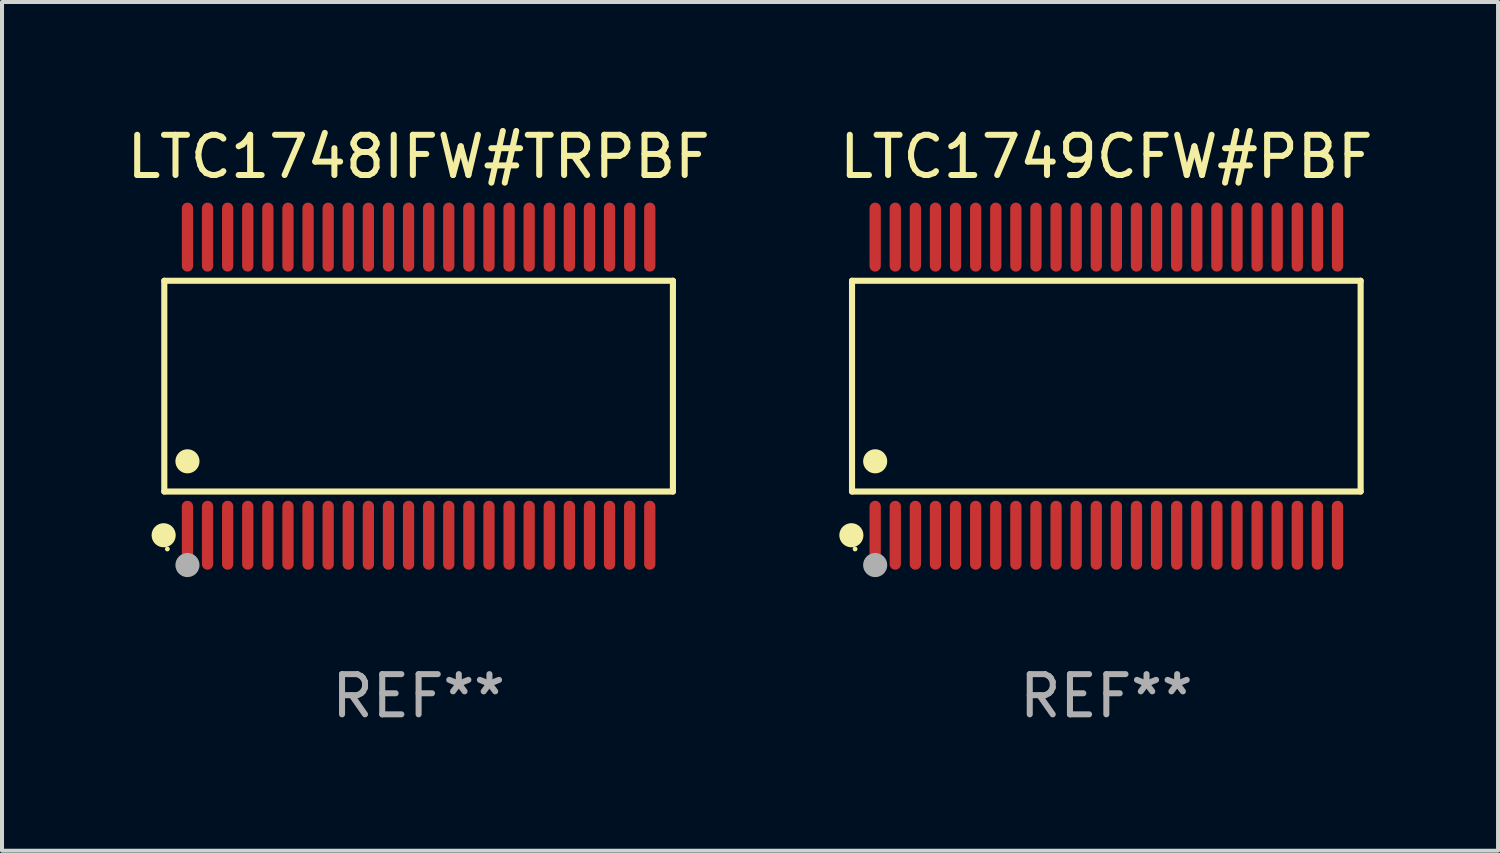
<source format=kicad_pcb>
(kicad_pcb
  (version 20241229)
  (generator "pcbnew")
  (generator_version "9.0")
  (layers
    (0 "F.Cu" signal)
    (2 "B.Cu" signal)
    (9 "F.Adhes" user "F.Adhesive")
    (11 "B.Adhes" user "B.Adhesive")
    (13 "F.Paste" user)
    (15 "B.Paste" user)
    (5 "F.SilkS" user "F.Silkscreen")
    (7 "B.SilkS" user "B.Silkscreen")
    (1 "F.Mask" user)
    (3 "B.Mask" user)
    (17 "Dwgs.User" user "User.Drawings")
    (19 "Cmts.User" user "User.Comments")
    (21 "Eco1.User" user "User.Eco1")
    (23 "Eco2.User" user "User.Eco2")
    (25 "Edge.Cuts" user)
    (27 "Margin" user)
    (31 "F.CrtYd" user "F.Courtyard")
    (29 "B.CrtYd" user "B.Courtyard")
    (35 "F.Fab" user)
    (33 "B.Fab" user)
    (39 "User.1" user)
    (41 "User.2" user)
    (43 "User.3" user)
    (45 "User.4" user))
  (footprint "LTC1748IFW#TRPBF"
    (layer "F.Cu")
    (at 7.363 6.556)
    (property "Reference" "LTC1748IFW#TRPBF" (at 0 -5.708 0) (layer "F.SilkS") (effects (font (size 1 1) (thickness 0.15))))
    (attr through_hole)
    (fp_line (start -6.326 -2.622) (end 6.326 -2.622) (stroke (width 0.152) (type solid)) (layer "F.SilkS"))
    (fp_line (start -6.326 2.621) (end -6.326 -2.622) (stroke (width 0.152) (type solid)) (layer "F.SilkS"))
    (fp_line (start 6.326 -2.622) (end 6.326 2.621) (stroke (width 0.152) (type solid)) (layer "F.SilkS"))
    (fp_line (start 6.326 2.621) (end -6.326 2.621) (stroke (width 0.152) (type solid)) (layer "F.SilkS"))
    (fp_circle (center -6.342 3.708) (end -6.192 3.708) (stroke (width 0.3) (type solid)) (fill no) (layer "F.SilkS"))
    (fp_circle (center -6.25 4.05) (end -6.22 4.05) (stroke (width 0.06) (type solid)) (fill no) (layer "F.SilkS"))
    (fp_circle (center -5.75 1.869) (end -5.6 1.869) (stroke (width 0.3) (type solid)) (fill no) (layer "F.SilkS"))
    (fp_circle (center -5.75 4.45) (end -5.6 4.45) (stroke (width 0.3) (type solid)) (fill no) (layer "F.Fab"))
    (fp_text user "REF**" (at 0 7.708 0) (layer "F.Fab") (effects (font (size 1 1) (thickness 0.15))))
    (pad "1" smd oval (at -5.75 3.708) (size 0.28 1.715) (layers "F.Cu" "F.Mask" "F.Paste"))
    (pad "2" smd oval (at -5.25 3.708) (size 0.28 1.715) (layers "F.Cu" "F.Mask" "F.Paste"))
    (pad "3" smd oval (at -4.75 3.708) (size 0.28 1.715) (layers "F.Cu" "F.Mask" "F.Paste"))
    (pad "4" smd oval (at -4.25 3.708) (size 0.28 1.715) (layers "F.Cu" "F.Mask" "F.Paste"))
    (pad "5" smd oval (at -3.75 3.708) (size 0.28 1.715) (layers "F.Cu" "F.Mask" "F.Paste"))
    (pad "6" smd oval (at -3.25 3.708) (size 0.28 1.715) (layers "F.Cu" "F.Mask" "F.Paste"))
    (pad "7" smd oval (at -2.75 3.708) (size 0.28 1.715) (layers "F.Cu" "F.Mask" "F.Paste"))
    (pad "8" smd oval (at -2.25 3.708) (size 0.28 1.715) (layers "F.Cu" "F.Mask" "F.Paste"))
    (pad "9" smd oval (at -1.75 3.708) (size 0.28 1.715) (layers "F.Cu" "F.Mask" "F.Paste"))
    (pad "10" smd oval (at -1.25 3.708) (size 0.28 1.715) (layers "F.Cu" "F.Mask" "F.Paste"))
    (pad "11" smd oval (at -0.75 3.708) (size 0.28 1.715) (layers "F.Cu" "F.Mask" "F.Paste"))
    (pad "12" smd oval (at -0.25 3.708) (size 0.28 1.715) (layers "F.Cu" "F.Mask" "F.Paste"))
    (pad "13" smd oval (at 0.25 3.708) (size 0.28 1.715) (layers "F.Cu" "F.Mask" "F.Paste"))
    (pad "14" smd oval (at 0.75 3.708) (size 0.28 1.715) (layers "F.Cu" "F.Mask" "F.Paste"))
    (pad "15" smd oval (at 1.25 3.708) (size 0.28 1.715) (layers "F.Cu" "F.Mask" "F.Paste"))
    (pad "16" smd oval (at 1.75 3.708) (size 0.28 1.715) (layers "F.Cu" "F.Mask" "F.Paste"))
    (pad "17" smd oval (at 2.25 3.708) (size 0.28 1.715) (layers "F.Cu" "F.Mask" "F.Paste"))
    (pad "18" smd oval (at 2.75 3.708) (size 0.28 1.715) (layers "F.Cu" "F.Mask" "F.Paste"))
    (pad "19" smd oval (at 3.25 3.708) (size 0.28 1.715) (layers "F.Cu" "F.Mask" "F.Paste"))
    (pad "20" smd oval (at 3.75 3.708) (size 0.28 1.715) (layers "F.Cu" "F.Mask" "F.Paste"))
    (pad "21" smd oval (at 4.25 3.708) (size 0.28 1.715) (layers "F.Cu" "F.Mask" "F.Paste"))
    (pad "22" smd oval (at 4.75 3.708) (size 0.28 1.715) (layers "F.Cu" "F.Mask" "F.Paste"))
    (pad "23" smd oval (at 5.25 3.708) (size 0.28 1.715) (layers "F.Cu" "F.Mask" "F.Paste"))
    (pad "24" smd oval (at 5.75 3.708) (size 0.28 1.715) (layers "F.Cu" "F.Mask" "F.Paste"))
    (pad "25" smd oval (at 5.75 -3.708) (size 0.28 1.715) (layers "F.Cu" "F.Mask" "F.Paste"))
    (pad "26" smd oval (at 5.25 -3.708) (size 0.28 1.715) (layers "F.Cu" "F.Mask" "F.Paste"))
    (pad "27" smd oval (at 4.75 -3.708) (size 0.28 1.715) (layers "F.Cu" "F.Mask" "F.Paste"))
    (pad "28" smd oval (at 4.25 -3.708) (size 0.28 1.715) (layers "F.Cu" "F.Mask" "F.Paste"))
    (pad "29" smd oval (at 3.75 -3.708) (size 0.28 1.715) (layers "F.Cu" "F.Mask" "F.Paste"))
    (pad "30" smd oval (at 3.25 -3.708) (size 0.28 1.715) (layers "F.Cu" "F.Mask" "F.Paste"))
    (pad "31" smd oval (at 2.75 -3.708) (size 0.28 1.715) (layers "F.Cu" "F.Mask" "F.Paste"))
    (pad "32" smd oval (at 2.25 -3.708) (size 0.28 1.715) (layers "F.Cu" "F.Mask" "F.Paste"))
    (pad "33" smd oval (at 1.75 -3.708) (size 0.28 1.715) (layers "F.Cu" "F.Mask" "F.Paste"))
    (pad "34" smd oval (at 1.25 -3.708) (size 0.28 1.715) (layers "F.Cu" "F.Mask" "F.Paste"))
    (pad "35" smd oval (at 0.75 -3.708) (size 0.28 1.715) (layers "F.Cu" "F.Mask" "F.Paste"))
    (pad "36" smd oval (at 0.25 -3.708) (size 0.28 1.715) (layers "F.Cu" "F.Mask" "F.Paste"))
    (pad "37" smd oval (at -0.25 -3.708) (size 0.28 1.715) (layers "F.Cu" "F.Mask" "F.Paste"))
    (pad "38" smd oval (at -0.75 -3.708) (size 0.28 1.715) (layers "F.Cu" "F.Mask" "F.Paste"))
    (pad "39" smd oval (at -1.25 -3.708) (size 0.28 1.715) (layers "F.Cu" "F.Mask" "F.Paste"))
    (pad "40" smd oval (at -1.75 -3.708) (size 0.28 1.715) (layers "F.Cu" "F.Mask" "F.Paste"))
    (pad "41" smd oval (at -2.25 -3.708) (size 0.28 1.715) (layers "F.Cu" "F.Mask" "F.Paste"))
    (pad "42" smd oval (at -2.75 -3.708) (size 0.28 1.715) (layers "F.Cu" "F.Mask" "F.Paste"))
    (pad "43" smd oval (at -3.25 -3.708) (size 0.28 1.715) (layers "F.Cu" "F.Mask" "F.Paste"))
    (pad "44" smd oval (at -3.75 -3.708) (size 0.28 1.715) (layers "F.Cu" "F.Mask" "F.Paste"))
    (pad "45" smd oval (at -4.25 -3.708) (size 0.28 1.715) (layers "F.Cu" "F.Mask" "F.Paste"))
    (pad "46" smd oval (at -4.75 -3.708) (size 0.28 1.715) (layers "F.Cu" "F.Mask" "F.Paste"))
    (pad "47" smd oval (at -5.25 -3.708) (size 0.28 1.715) (layers "F.Cu" "F.Mask" "F.Paste"))
    (pad "48" smd oval (at -5.75 -3.708) (size 0.28 1.715) (layers "F.Cu" "F.Mask" "F.Paste")))
  (footprint "LTC1749CFW#PBF"
    (layer "F.Cu")
    (at 24.47 6.556)
    (property "Reference" "LTC1749CFW#PBF" (at 0 -5.708 0) (layer "F.SilkS") (effects (font (size 1 1) (thickness 0.15))))
    (attr through_hole)
    (fp_line (start -6.326 -2.622) (end 6.326 -2.622) (stroke (width 0.152) (type solid)) (layer "F.SilkS"))
    (fp_line (start -6.326 2.621) (end -6.326 -2.622) (stroke (width 0.152) (type solid)) (layer "F.SilkS"))
    (fp_line (start 6.326 -2.622) (end 6.326 2.621) (stroke (width 0.152) (type solid)) (layer "F.SilkS"))
    (fp_line (start 6.326 2.621) (end -6.326 2.621) (stroke (width 0.152) (type solid)) (layer "F.SilkS"))
    (fp_circle (center -6.342 3.708) (end -6.192 3.708) (stroke (width 0.3) (type solid)) (fill no) (layer "F.SilkS"))
    (fp_circle (center -6.25 4.05) (end -6.22 4.05) (stroke (width 0.06) (type solid)) (fill no) (layer "F.SilkS"))
    (fp_circle (center -5.75 1.869) (end -5.6 1.869) (stroke (width 0.3) (type solid)) (fill no) (layer "F.SilkS"))
    (fp_circle (center -5.75 4.45) (end -5.6 4.45) (stroke (width 0.3) (type solid)) (fill no) (layer "F.Fab"))
    (fp_text user "REF**" (at 0 7.708 0) (layer "F.Fab") (effects (font (size 1 1) (thickness 0.15))))
    (pad "1" smd oval (at -5.75 3.708) (size 0.28 1.715) (layers "F.Cu" "F.Mask" "F.Paste"))
    (pad "2" smd oval (at -5.25 3.708) (size 0.28 1.715) (layers "F.Cu" "F.Mask" "F.Paste"))
    (pad "3" smd oval (at -4.75 3.708) (size 0.28 1.715) (layers "F.Cu" "F.Mask" "F.Paste"))
    (pad "4" smd oval (at -4.25 3.708) (size 0.28 1.715) (layers "F.Cu" "F.Mask" "F.Paste"))
    (pad "5" smd oval (at -3.75 3.708) (size 0.28 1.715) (layers "F.Cu" "F.Mask" "F.Paste"))
    (pad "6" smd oval (at -3.25 3.708) (size 0.28 1.715) (layers "F.Cu" "F.Mask" "F.Paste"))
    (pad "7" smd oval (at -2.75 3.708) (size 0.28 1.715) (layers "F.Cu" "F.Mask" "F.Paste"))
    (pad "8" smd oval (at -2.25 3.708) (size 0.28 1.715) (layers "F.Cu" "F.Mask" "F.Paste"))
    (pad "9" smd oval (at -1.75 3.708) (size 0.28 1.715) (layers "F.Cu" "F.Mask" "F.Paste"))
    (pad "10" smd oval (at -1.25 3.708) (size 0.28 1.715) (layers "F.Cu" "F.Mask" "F.Paste"))
    (pad "11" smd oval (at -0.75 3.708) (size 0.28 1.715) (layers "F.Cu" "F.Mask" "F.Paste"))
    (pad "12" smd oval (at -0.25 3.708) (size 0.28 1.715) (layers "F.Cu" "F.Mask" "F.Paste"))
    (pad "13" smd oval (at 0.25 3.708) (size 0.28 1.715) (layers "F.Cu" "F.Mask" "F.Paste"))
    (pad "14" smd oval (at 0.75 3.708) (size 0.28 1.715) (layers "F.Cu" "F.Mask" "F.Paste"))
    (pad "15" smd oval (at 1.25 3.708) (size 0.28 1.715) (layers "F.Cu" "F.Mask" "F.Paste"))
    (pad "16" smd oval (at 1.75 3.708) (size 0.28 1.715) (layers "F.Cu" "F.Mask" "F.Paste"))
    (pad "17" smd oval (at 2.25 3.708) (size 0.28 1.715) (layers "F.Cu" "F.Mask" "F.Paste"))
    (pad "18" smd oval (at 2.75 3.708) (size 0.28 1.715) (layers "F.Cu" "F.Mask" "F.Paste"))
    (pad "19" smd oval (at 3.25 3.708) (size 0.28 1.715) (layers "F.Cu" "F.Mask" "F.Paste"))
    (pad "20" smd oval (at 3.75 3.708) (size 0.28 1.715) (layers "F.Cu" "F.Mask" "F.Paste"))
    (pad "21" smd oval (at 4.25 3.708) (size 0.28 1.715) (layers "F.Cu" "F.Mask" "F.Paste"))
    (pad "22" smd oval (at 4.75 3.708) (size 0.28 1.715) (layers "F.Cu" "F.Mask" "F.Paste"))
    (pad "23" smd oval (at 5.25 3.708) (size 0.28 1.715) (layers "F.Cu" "F.Mask" "F.Paste"))
    (pad "24" smd oval (at 5.75 3.708) (size 0.28 1.715) (layers "F.Cu" "F.Mask" "F.Paste"))
    (pad "25" smd oval (at 5.75 -3.708) (size 0.28 1.715) (layers "F.Cu" "F.Mask" "F.Paste"))
    (pad "26" smd oval (at 5.25 -3.708) (size 0.28 1.715) (layers "F.Cu" "F.Mask" "F.Paste"))
    (pad "27" smd oval (at 4.75 -3.708) (size 0.28 1.715) (layers "F.Cu" "F.Mask" "F.Paste"))
    (pad "28" smd oval (at 4.25 -3.708) (size 0.28 1.715) (layers "F.Cu" "F.Mask" "F.Paste"))
    (pad "29" smd oval (at 3.75 -3.708) (size 0.28 1.715) (layers "F.Cu" "F.Mask" "F.Paste"))
    (pad "30" smd oval (at 3.25 -3.708) (size 0.28 1.715) (layers "F.Cu" "F.Mask" "F.Paste"))
    (pad "31" smd oval (at 2.75 -3.708) (size 0.28 1.715) (layers "F.Cu" "F.Mask" "F.Paste"))
    (pad "32" smd oval (at 2.25 -3.708) (size 0.28 1.715) (layers "F.Cu" "F.Mask" "F.Paste"))
    (pad "33" smd oval (at 1.75 -3.708) (size 0.28 1.715) (layers "F.Cu" "F.Mask" "F.Paste"))
    (pad "34" smd oval (at 1.25 -3.708) (size 0.28 1.715) (layers "F.Cu" "F.Mask" "F.Paste"))
    (pad "35" smd oval (at 0.75 -3.708) (size 0.28 1.715) (layers "F.Cu" "F.Mask" "F.Paste"))
    (pad "36" smd oval (at 0.25 -3.708) (size 0.28 1.715) (layers "F.Cu" "F.Mask" "F.Paste"))
    (pad "37" smd oval (at -0.25 -3.708) (size 0.28 1.715) (layers "F.Cu" "F.Mask" "F.Paste"))
    (pad "38" smd oval (at -0.75 -3.708) (size 0.28 1.715) (layers "F.Cu" "F.Mask" "F.Paste"))
    (pad "39" smd oval (at -1.25 -3.708) (size 0.28 1.715) (layers "F.Cu" "F.Mask" "F.Paste"))
    (pad "40" smd oval (at -1.75 -3.708) (size 0.28 1.715) (layers "F.Cu" "F.Mask" "F.Paste"))
    (pad "41" smd oval (at -2.25 -3.708) (size 0.28 1.715) (layers "F.Cu" "F.Mask" "F.Paste"))
    (pad "42" smd oval (at -2.75 -3.708) (size 0.28 1.715) (layers "F.Cu" "F.Mask" "F.Paste"))
    (pad "43" smd oval (at -3.25 -3.708) (size 0.28 1.715) (layers "F.Cu" "F.Mask" "F.Paste"))
    (pad "44" smd oval (at -3.75 -3.708) (size 0.28 1.715) (layers "F.Cu" "F.Mask" "F.Paste"))
    (pad "45" smd oval (at -4.25 -3.708) (size 0.28 1.715) (layers "F.Cu" "F.Mask" "F.Paste"))
    (pad "46" smd oval (at -4.75 -3.708) (size 0.28 1.715) (layers "F.Cu" "F.Mask" "F.Paste"))
    (pad "47" smd oval (at -5.25 -3.708) (size 0.28 1.715) (layers "F.Cu" "F.Mask" "F.Paste"))
    (pad "48" smd oval (at -5.75 -3.708) (size 0.28 1.715) (layers "F.Cu" "F.Mask" "F.Paste")))
  (gr_rect
    (start -3 -3)
    (end 34.214 18.112)
    (stroke (width 0.1) (type default))
    (fill no)
    (layer "Edge.Cuts")))
</source>
